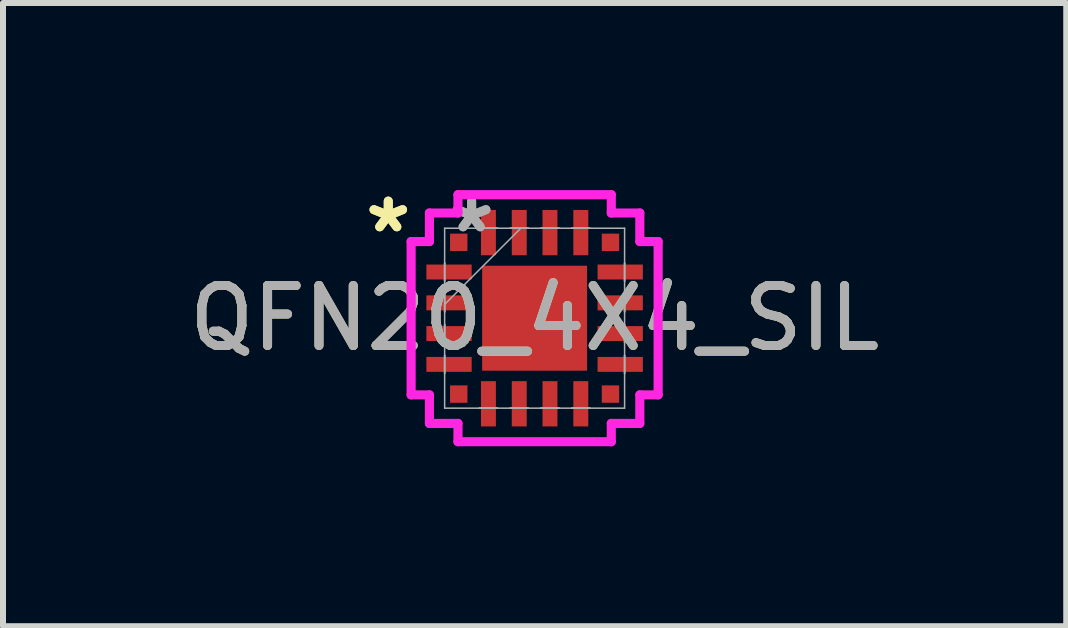
<source format=kicad_pcb>
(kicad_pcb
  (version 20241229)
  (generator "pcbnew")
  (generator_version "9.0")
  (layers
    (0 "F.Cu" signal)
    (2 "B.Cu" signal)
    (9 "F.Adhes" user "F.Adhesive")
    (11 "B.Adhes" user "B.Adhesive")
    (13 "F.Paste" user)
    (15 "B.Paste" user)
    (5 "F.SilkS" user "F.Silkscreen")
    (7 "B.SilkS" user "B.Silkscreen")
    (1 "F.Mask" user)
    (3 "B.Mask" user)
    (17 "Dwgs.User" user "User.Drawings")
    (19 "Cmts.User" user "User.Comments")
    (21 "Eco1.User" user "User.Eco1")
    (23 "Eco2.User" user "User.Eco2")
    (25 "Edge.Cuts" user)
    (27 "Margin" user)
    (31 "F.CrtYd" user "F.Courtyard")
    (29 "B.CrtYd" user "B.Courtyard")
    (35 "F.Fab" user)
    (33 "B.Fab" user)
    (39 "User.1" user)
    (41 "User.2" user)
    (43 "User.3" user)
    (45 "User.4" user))
  (footprint "QFN20_4X4_SIL"
    (layer "F.Cu")
    (at 5.863 2.255)
    (property "Reference" "QFN20_4X4_SIL" (at 0 0 0) (unlocked yes) (layer "F.SilkS") (effects (font (size 1 1) (thickness 0.15))))
    (attr smd)
    (fp_line (start -2.059 -1.278) (end -1.754 -1.278) (stroke (width 0.152) (type solid)) (layer "F.CrtYd"))
    (fp_line (start -2.059 1.278) (end -2.059 -1.278) (stroke (width 0.152) (type solid)) (layer "F.CrtYd"))
    (fp_line (start -2.059 1.278) (end -1.754 1.278) (stroke (width 0.152) (type solid)) (layer "F.CrtYd"))
    (fp_line (start -1.754 -1.754) (end -1.278 -1.754) (stroke (width 0.152) (type solid)) (layer "F.CrtYd"))
    (fp_line (start -1.754 -1.278) (end -1.754 -1.754) (stroke (width 0.152) (type solid)) (layer "F.CrtYd"))
    (fp_line (start -1.754 1.754) (end -1.754 1.278) (stroke (width 0.152) (type solid)) (layer "F.CrtYd"))
    (fp_line (start -1.278 -2.059) (end 1.278 -2.059) (stroke (width 0.152) (type solid)) (layer "F.CrtYd"))
    (fp_line (start -1.278 -1.754) (end -1.278 -2.059) (stroke (width 0.152) (type solid)) (layer "F.CrtYd"))
    (fp_line (start -1.278 1.754) (end -1.754 1.754) (stroke (width 0.152) (type solid)) (layer "F.CrtYd"))
    (fp_line (start -1.278 2.059) (end -1.278 1.754) (stroke (width 0.152) (type solid)) (layer "F.CrtYd"))
    (fp_line (start 1.278 -2.059) (end 1.278 -1.754) (stroke (width 0.152) (type solid)) (layer "F.CrtYd"))
    (fp_line (start 1.278 -1.754) (end 1.754 -1.754) (stroke (width 0.152) (type solid)) (layer "F.CrtYd"))
    (fp_line (start 1.278 1.754) (end 1.278 2.059) (stroke (width 0.152) (type solid)) (layer "F.CrtYd"))
    (fp_line (start 1.278 2.059) (end -1.278 2.059) (stroke (width 0.152) (type solid)) (layer "F.CrtYd"))
    (fp_line (start 1.754 -1.754) (end 1.754 -1.278) (stroke (width 0.152) (type solid)) (layer "F.CrtYd"))
    (fp_line (start 1.754 -1.278) (end 2.059 -1.278) (stroke (width 0.152) (type solid)) (layer "F.CrtYd"))
    (fp_line (start 1.754 1.278) (end 1.754 1.754) (stroke (width 0.152) (type solid)) (layer "F.CrtYd"))
    (fp_line (start 1.754 1.754) (end 1.278 1.754) (stroke (width 0.152) (type solid)) (layer "F.CrtYd"))
    (fp_line (start 2.059 -1.278) (end 2.059 1.278) (stroke (width 0.152) (type solid)) (layer "F.CrtYd"))
    (fp_line (start 2.059 1.278) (end 1.754 1.278) (stroke (width 0.152) (type solid)) (layer "F.CrtYd"))
    (fp_line (start -1.5 -1.5) (end -1.5 1.5) (stroke (width 0.025) (type solid)) (layer "F.Fab"))
    (fp_line (start -1.5 -0.919) (end -1.5 -0.919) (stroke (width 0.025) (type solid)) (layer "F.Fab"))
    (fp_line (start -1.5 -0.919) (end -1.5 -0.62) (stroke (width 0.025) (type solid)) (layer "F.Fab"))
    (fp_line (start -1.5 -0.62) (end -1.5 -0.919) (stroke (width 0.025) (type solid)) (layer "F.Fab"))
    (fp_line (start -1.5 -0.62) (end -1.5 -0.62) (stroke (width 0.025) (type solid)) (layer "F.Fab"))
    (fp_line (start -1.5 -0.406) (end -1.5 -0.406) (stroke (width 0.025) (type solid)) (layer "F.Fab"))
    (fp_line (start -1.5 -0.406) (end -1.5 -0.106) (stroke (width 0.025) (type solid)) (layer "F.Fab"))
    (fp_line (start -1.5 -0.23) (end -0.23 -1.5) (stroke (width 0.025) (type solid)) (layer "F.Fab"))
    (fp_line (start -1.5 -0.106) (end -1.5 -0.406) (stroke (width 0.025) (type solid)) (layer "F.Fab"))
    (fp_line (start -1.5 -0.106) (end -1.5 -0.106) (stroke (width 0.025) (type solid)) (layer "F.Fab"))
    (fp_line (start -1.5 0.106) (end -1.5 0.106) (stroke (width 0.025) (type solid)) (layer "F.Fab"))
    (fp_line (start -1.5 0.106) (end -1.5 0.406) (stroke (width 0.025) (type solid)) (layer "F.Fab"))
    (fp_line (start -1.5 0.406) (end -1.5 0.106) (stroke (width 0.025) (type solid)) (layer "F.Fab"))
    (fp_line (start -1.5 0.406) (end -1.5 0.406) (stroke (width 0.025) (type solid)) (layer "F.Fab"))
    (fp_line (start -1.5 0.62) (end -1.5 0.62) (stroke (width 0.025) (type solid)) (layer "F.Fab"))
    (fp_line (start -1.5 0.62) (end -1.5 0.919) (stroke (width 0.025) (type solid)) (layer "F.Fab"))
    (fp_line (start -1.5 0.919) (end -1.5 0.62) (stroke (width 0.025) (type solid)) (layer "F.Fab"))
    (fp_line (start -1.5 0.919) (end -1.5 0.919) (stroke (width 0.025) (type solid)) (layer "F.Fab"))
    (fp_line (start -1.5 1.5) (end 1.5 1.5) (stroke (width 0.025) (type solid)) (layer "F.Fab"))
    (fp_line (start -0.919 -1.5) (end -0.919 -1.5) (stroke (width 0.025) (type solid)) (layer "F.Fab"))
    (fp_line (start -0.919 -1.5) (end -0.62 -1.5) (stroke (width 0.025) (type solid)) (layer "F.Fab"))
    (fp_line (start -0.919 1.5) (end -0.919 1.5) (stroke (width 0.025) (type solid)) (layer "F.Fab"))
    (fp_line (start -0.919 1.5) (end -0.62 1.5) (stroke (width 0.025) (type solid)) (layer "F.Fab"))
    (fp_line (start -0.62 -1.5) (end -0.919 -1.5) (stroke (width 0.025) (type solid)) (layer "F.Fab"))
    (fp_line (start -0.62 -1.5) (end -0.62 -1.5) (stroke (width 0.025) (type solid)) (layer "F.Fab"))
    (fp_line (start -0.62 1.5) (end -0.919 1.5) (stroke (width 0.025) (type solid)) (layer "F.Fab"))
    (fp_line (start -0.62 1.5) (end -0.62 1.5) (stroke (width 0.025) (type solid)) (layer "F.Fab"))
    (fp_line (start -0.406 -1.5) (end -0.406 -1.5) (stroke (width 0.025) (type solid)) (layer "F.Fab"))
    (fp_line (start -0.406 -1.5) (end -0.106 -1.5) (stroke (width 0.025) (type solid)) (layer "F.Fab"))
    (fp_line (start -0.406 1.5) (end -0.406 1.5) (stroke (width 0.025) (type solid)) (layer "F.Fab"))
    (fp_line (start -0.406 1.5) (end -0.106 1.5) (stroke (width 0.025) (type solid)) (layer "F.Fab"))
    (fp_line (start -0.106 -1.5) (end -0.406 -1.5) (stroke (width 0.025) (type solid)) (layer "F.Fab"))
    (fp_line (start -0.106 -1.5) (end -0.106 -1.5) (stroke (width 0.025) (type solid)) (layer "F.Fab"))
    (fp_line (start -0.106 1.5) (end -0.406 1.5) (stroke (width 0.025) (type solid)) (layer "F.Fab"))
    (fp_line (start -0.106 1.5) (end -0.106 1.5) (stroke (width 0.025) (type solid)) (layer "F.Fab"))
    (fp_line (start 0.106 -1.5) (end 0.106 -1.5) (stroke (width 0.025) (type solid)) (layer "F.Fab"))
    (fp_line (start 0.106 -1.5) (end 0.406 -1.5) (stroke (width 0.025) (type solid)) (layer "F.Fab"))
    (fp_line (start 0.106 1.5) (end 0.106 1.5) (stroke (width 0.025) (type solid)) (layer "F.Fab"))
    (fp_line (start 0.106 1.5) (end 0.406 1.5) (stroke (width 0.025) (type solid)) (layer "F.Fab"))
    (fp_line (start 0.406 -1.5) (end 0.106 -1.5) (stroke (width 0.025) (type solid)) (layer "F.Fab"))
    (fp_line (start 0.406 -1.5) (end 0.406 -1.5) (stroke (width 0.025) (type solid)) (layer "F.Fab"))
    (fp_line (start 0.406 1.5) (end 0.106 1.5) (stroke (width 0.025) (type solid)) (layer "F.Fab"))
    (fp_line (start 0.406 1.5) (end 0.406 1.5) (stroke (width 0.025) (type solid)) (layer "F.Fab"))
    (fp_line (start 0.62 -1.5) (end 0.62 -1.5) (stroke (width 0.025) (type solid)) (layer "F.Fab"))
    (fp_line (start 0.62 -1.5) (end 0.919 -1.5) (stroke (width 0.025) (type solid)) (layer "F.Fab"))
    (fp_line (start 0.62 1.5) (end 0.62 1.5) (stroke (width 0.025) (type solid)) (layer "F.Fab"))
    (fp_line (start 0.62 1.5) (end 0.919 1.5) (stroke (width 0.025) (type solid)) (layer "F.Fab"))
    (fp_line (start 0.919 -1.5) (end 0.62 -1.5) (stroke (width 0.025) (type solid)) (layer "F.Fab"))
    (fp_line (start 0.919 -1.5) (end 0.919 -1.5) (stroke (width 0.025) (type solid)) (layer "F.Fab"))
    (fp_line (start 0.919 1.5) (end 0.62 1.5) (stroke (width 0.025) (type solid)) (layer "F.Fab"))
    (fp_line (start 0.919 1.5) (end 0.919 1.5) (stroke (width 0.025) (type solid)) (layer "F.Fab"))
    (fp_line (start 1.5 -1.5) (end -1.5 -1.5) (stroke (width 0.025) (type solid)) (layer "F.Fab"))
    (fp_line (start 1.5 -0.919) (end 1.5 -0.919) (stroke (width 0.025) (type solid)) (layer "F.Fab"))
    (fp_line (start 1.5 -0.919) (end 1.5 -0.62) (stroke (width 0.025) (type solid)) (layer "F.Fab"))
    (fp_line (start 1.5 -0.62) (end 1.5 -0.919) (stroke (width 0.025) (type solid)) (layer "F.Fab"))
    (fp_line (start 1.5 -0.62) (end 1.5 -0.62) (stroke (width 0.025) (type solid)) (layer "F.Fab"))
    (fp_line (start 1.5 -0.406) (end 1.5 -0.406) (stroke (width 0.025) (type solid)) (layer "F.Fab"))
    (fp_line (start 1.5 -0.406) (end 1.5 -0.106) (stroke (width 0.025) (type solid)) (layer "F.Fab"))
    (fp_line (start 1.5 -0.106) (end 1.5 -0.406) (stroke (width 0.025) (type solid)) (layer "F.Fab"))
    (fp_line (start 1.5 -0.106) (end 1.5 -0.106) (stroke (width 0.025) (type solid)) (layer "F.Fab"))
    (fp_line (start 1.5 0.106) (end 1.5 0.106) (stroke (width 0.025) (type solid)) (layer "F.Fab"))
    (fp_line (start 1.5 0.106) (end 1.5 0.406) (stroke (width 0.025) (type solid)) (layer "F.Fab"))
    (fp_line (start 1.5 0.406) (end 1.5 0.106) (stroke (width 0.025) (type solid)) (layer "F.Fab"))
    (fp_line (start 1.5 0.406) (end 1.5 0.406) (stroke (width 0.025) (type solid)) (layer "F.Fab"))
    (fp_line (start 1.5 0.62) (end 1.5 0.62) (stroke (width 0.025) (type solid)) (layer "F.Fab"))
    (fp_line (start 1.5 0.62) (end 1.5 0.919) (stroke (width 0.025) (type solid)) (layer "F.Fab"))
    (fp_line (start 1.5 0.919) (end 1.5 0.62) (stroke (width 0.025) (type solid)) (layer "F.Fab"))
    (fp_line (start 1.5 0.919) (end 1.5 0.919) (stroke (width 0.025) (type solid)) (layer "F.Fab"))
    (fp_line (start 1.5 1.5) (end 1.5 -1.5) (stroke (width 0.025) (type solid)) (layer "F.Fab"))
    (fp_text user "*" (at -2.44 -1.407 0) (layer "F.SilkS") (effects (font (size 1 1) (thickness 0.15))))
    (fp_text user "*" (at -2.44 -1.407 0) (unlocked yes) (layer "F.SilkS") (effects (font (size 1 1) (thickness 0.15))))
    (fp_text user "*" (at -1.05 -1.407 0) (unlocked yes) (layer "F.Fab") (effects (font (size 1 1) (thickness 0.15))))
    (fp_text user "*" (at -1.05 -1.407 0) (layer "F.Fab") (effects (font (size 1 1) (thickness 0.15))))
    (fp_text user "${REFERENCE}" (at 0 0 0) (unlocked yes) (layer "F.Fab") (effects (font (size 1 1) (thickness 0.15))))
    (pad "1" smd rect (at -1.265 -1.265) (size 0.29 0.29) (layers "F.Cu" "F.Mask" "F.Paste"))
    (pad "2" smd rect (at -1.427 -0.77 90) (size 0.249 0.755) (layers "F.Cu" "F.Mask" "F.Paste"))
    (pad "3" smd rect (at -1.427 -0.256 90) (size 0.249 0.755) (layers "F.Cu" "F.Mask" "F.Paste"))
    (pad "4" smd rect (at -1.427 0.256 90) (size 0.249 0.755) (layers "F.Cu" "F.Mask" "F.Paste"))
    (pad "5" smd rect (at -1.427 0.77 90) (size 0.249 0.755) (layers "F.Cu" "F.Mask" "F.Paste"))
    (pad "6" smd rect (at -1.265 1.265) (size 0.29 0.29) (layers "F.Cu" "F.Mask" "F.Paste"))
    (pad "7" smd rect (at -0.77 1.427) (size 0.249 0.755) (layers "F.Cu" "F.Mask" "F.Paste"))
    (pad "8" smd rect (at -0.256 1.427) (size 0.249 0.755) (layers "F.Cu" "F.Mask" "F.Paste"))
    (pad "9" smd rect (at 0.256 1.427) (size 0.249 0.755) (layers "F.Cu" "F.Mask" "F.Paste"))
    (pad "10" smd rect (at 0.77 1.427) (size 0.249 0.755) (layers "F.Cu" "F.Mask" "F.Paste"))
    (pad "11" smd rect (at 1.265 1.265) (size 0.29 0.29) (layers "F.Cu" "F.Mask" "F.Paste"))
    (pad "12" smd rect (at 1.427 0.77 90) (size 0.249 0.755) (layers "F.Cu" "F.Mask" "F.Paste"))
    (pad "13" smd rect (at 1.427 0.256 90) (size 0.249 0.755) (layers "F.Cu" "F.Mask" "F.Paste"))
    (pad "14" smd rect (at 1.427 -0.256 90) (size 0.249 0.755) (layers "F.Cu" "F.Mask" "F.Paste"))
    (pad "15" smd rect (at 1.427 -0.77 90) (size 0.249 0.755) (layers "F.Cu" "F.Mask" "F.Paste"))
    (pad "16" smd rect (at 1.265 -1.265) (size 0.29 0.29) (layers "F.Cu" "F.Mask" "F.Paste"))
    (pad "17" smd rect (at 0.77 -1.427) (size 0.249 0.755) (layers "F.Cu" "F.Mask" "F.Paste"))
    (pad "18" smd rect (at 0.256 -1.427) (size 0.249 0.755) (layers "F.Cu" "F.Mask" "F.Paste"))
    (pad "19" smd rect (at -0.256 -1.427) (size 0.249 0.755) (layers "F.Cu" "F.Mask" "F.Paste"))
    (pad "20" smd rect (at -0.77 -1.427) (size 0.249 0.755) (layers "F.Cu" "F.Mask" "F.Paste"))
    (pad "21" smd rect (at 0 0) (size 1.75 1.75) (layers "F.Cu" "F.Mask" "F.Paste")))
  (gr_rect
    (start -3 -3)
    (end 14.726 7.39)
    (stroke (width 0.1) (type default))
    (fill no)
    (layer "Edge.Cuts")))
</source>
